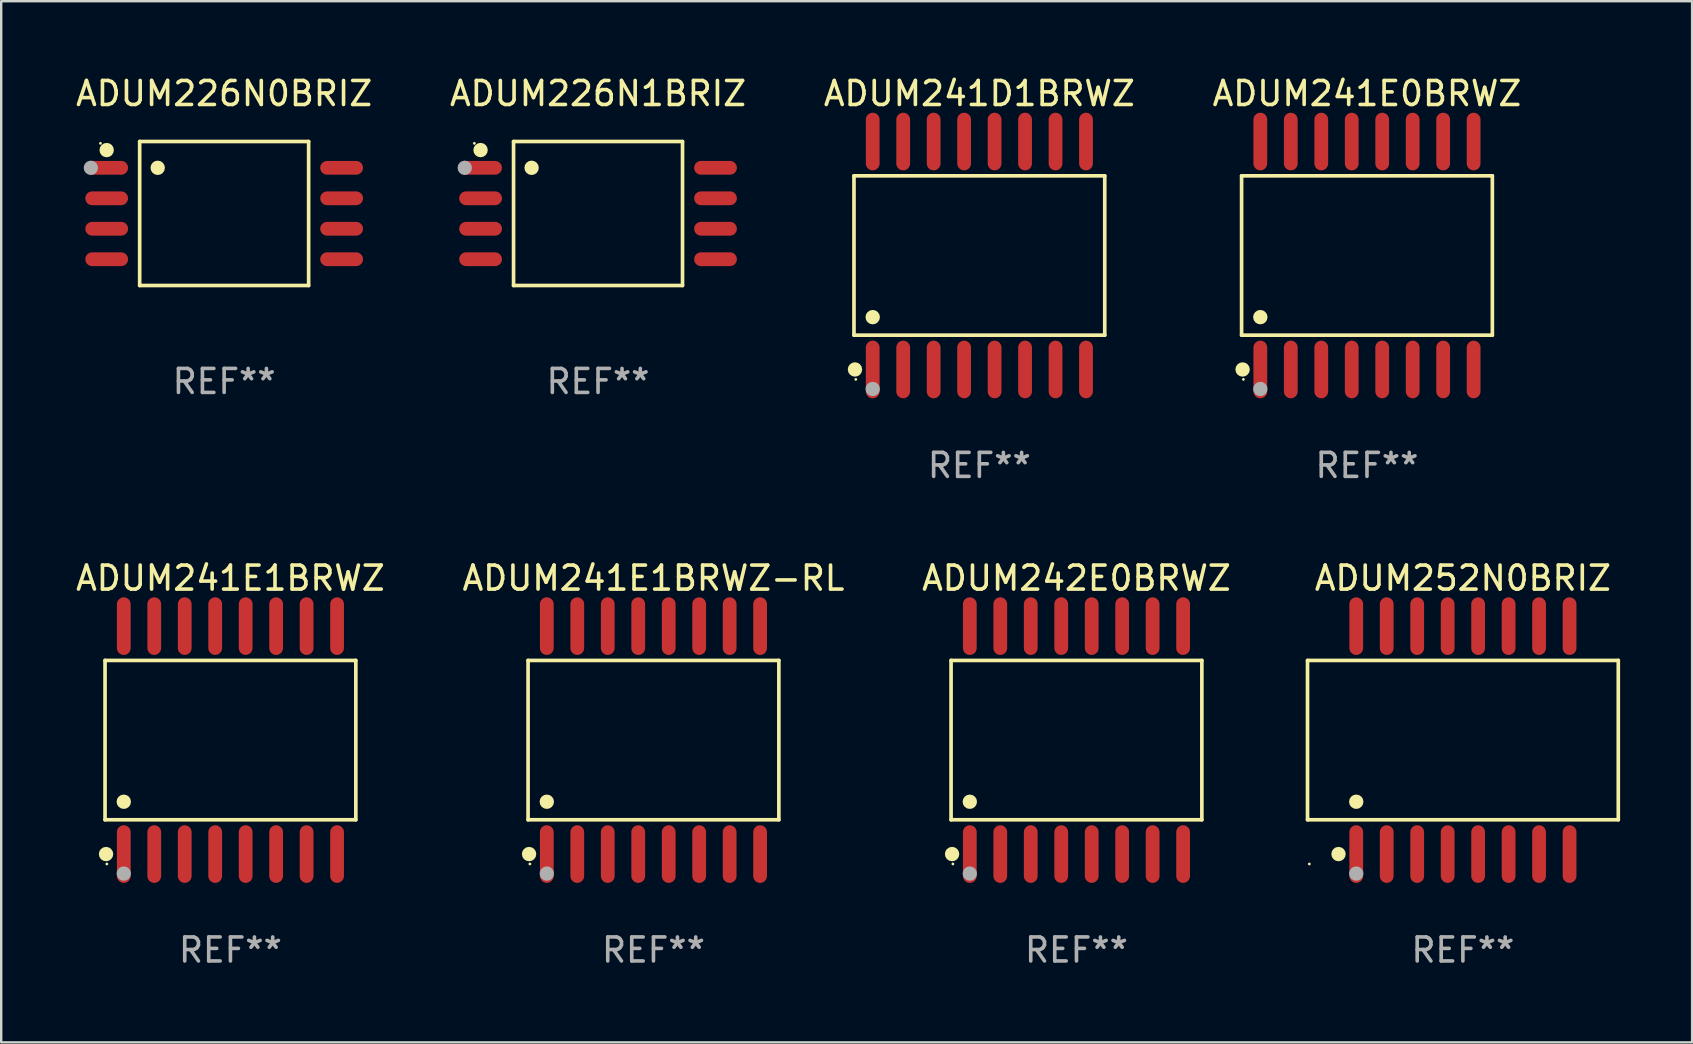
<source format=kicad_pcb>
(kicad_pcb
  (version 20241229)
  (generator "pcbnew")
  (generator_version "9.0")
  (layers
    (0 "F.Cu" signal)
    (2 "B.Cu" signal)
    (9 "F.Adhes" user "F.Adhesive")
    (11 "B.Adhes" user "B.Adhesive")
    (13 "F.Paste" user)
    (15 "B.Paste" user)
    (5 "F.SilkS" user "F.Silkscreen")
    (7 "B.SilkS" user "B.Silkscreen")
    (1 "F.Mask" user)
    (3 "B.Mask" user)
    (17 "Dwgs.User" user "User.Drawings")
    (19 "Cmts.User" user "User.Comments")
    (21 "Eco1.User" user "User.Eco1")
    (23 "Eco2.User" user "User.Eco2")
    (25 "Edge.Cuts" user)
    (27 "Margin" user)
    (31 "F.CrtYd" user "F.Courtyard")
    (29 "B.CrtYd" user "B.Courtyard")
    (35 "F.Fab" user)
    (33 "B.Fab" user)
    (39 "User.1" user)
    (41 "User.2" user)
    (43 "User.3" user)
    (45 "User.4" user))
  (footprint "ADUM241E1BRWZ-RL"
    (layer "F.Cu")
    (at 24.185 27.796)
    (property "Reference" "ADUM241E1BRWZ-RL" (at 0 -6.75 0) (layer "F.SilkS") (effects (font (size 1 1) (thickness 0.15))))
    (attr through_hole)
    (fp_line (start -5.226 -3.321) (end 5.226 -3.321) (stroke (width 0.152) (type solid)) (layer "F.SilkS"))
    (fp_line (start -5.226 3.321) (end -5.226 -3.321) (stroke (width 0.152) (type solid)) (layer "F.SilkS"))
    (fp_line (start 5.226 -3.321) (end 5.226 3.321) (stroke (width 0.152) (type solid)) (layer "F.SilkS"))
    (fp_line (start 5.226 3.321) (end -5.226 3.321) (stroke (width 0.152) (type solid)) (layer "F.SilkS"))
    (fp_circle (center -5.184 4.75) (end -5.034 4.75) (stroke (width 0.3) (type solid)) (fill no) (layer "F.SilkS"))
    (fp_circle (center -5.15 5.163) (end -5.12 5.163) (stroke (width 0.06) (type solid)) (fill no) (layer "F.SilkS"))
    (fp_circle (center -4.445 2.569) (end -4.295 2.569) (stroke (width 0.3) (type solid)) (fill no) (layer "F.SilkS"))
    (fp_circle (center -4.445 5.563) (end -4.295 5.563) (stroke (width 0.3) (type solid)) (fill no) (layer "F.Fab"))
    (fp_text user "REF**" (at 0 8.75 0) (layer "F.Fab") (effects (font (size 1 1) (thickness 0.15))))
    (pad "1" smd oval (at -4.445 4.75) (size 0.574 2.401) (layers "F.Cu" "F.Mask" "F.Paste"))
    (pad "2" smd oval (at -3.175 4.75) (size 0.574 2.401) (layers "F.Cu" "F.Mask" "F.Paste"))
    (pad "3" smd oval (at -1.905 4.75) (size 0.574 2.401) (layers "F.Cu" "F.Mask" "F.Paste"))
    (pad "4" smd oval (at -0.635 4.75) (size 0.574 2.401) (layers "F.Cu" "F.Mask" "F.Paste"))
    (pad "5" smd oval (at 0.635 4.75) (size 0.574 2.401) (layers "F.Cu" "F.Mask" "F.Paste"))
    (pad "6" smd oval (at 1.905 4.75) (size 0.574 2.401) (layers "F.Cu" "F.Mask" "F.Paste"))
    (pad "7" smd oval (at 3.175 4.75) (size 0.574 2.401) (layers "F.Cu" "F.Mask" "F.Paste"))
    (pad "8" smd oval (at 4.445 4.75) (size 0.574 2.401) (layers "F.Cu" "F.Mask" "F.Paste"))
    (pad "9" smd oval (at 4.445 -4.75) (size 0.574 2.401) (layers "F.Cu" "F.Mask" "F.Paste"))
    (pad "10" smd oval (at 3.175 -4.75) (size 0.574 2.401) (layers "F.Cu" "F.Mask" "F.Paste"))
    (pad "11" smd oval (at 1.905 -4.75) (size 0.574 2.401) (layers "F.Cu" "F.Mask" "F.Paste"))
    (pad "12" smd oval (at 0.635 -4.75) (size 0.574 2.401) (layers "F.Cu" "F.Mask" "F.Paste"))
    (pad "13" smd oval (at -0.635 -4.75) (size 0.574 2.401) (layers "F.Cu" "F.Mask" "F.Paste"))
    (pad "14" smd oval (at -1.905 -4.75) (size 0.574 2.401) (layers "F.Cu" "F.Mask" "F.Paste"))
    (pad "15" smd oval (at -3.175 -4.75) (size 0.574 2.401) (layers "F.Cu" "F.Mask" "F.Paste"))
    (pad "16" smd oval (at -4.445 -4.75) (size 0.574 2.401) (layers "F.Cu" "F.Mask" "F.Paste")))
  (footprint "ADUM226N0BRIZ"
    (layer "F.Cu")
    (at 6.292 5.849)
    (property "Reference" "ADUM226N0BRIZ" (at 0 -5.001 0) (layer "F.SilkS") (effects (font (size 1 1) (thickness 0.15))))
    (attr through_hole)
    (fp_line (start -3.521 -3.001) (end 3.521 -3.001) (stroke (width 0.152) (type solid)) (layer "F.SilkS"))
    (fp_line (start -3.521 3.001) (end -3.521 -3.001) (stroke (width 0.152) (type solid)) (layer "F.SilkS"))
    (fp_line (start 3.521 -3.001) (end 3.521 3.001) (stroke (width 0.152) (type solid)) (layer "F.SilkS"))
    (fp_line (start 3.521 3.001) (end -3.521 3.001) (stroke (width 0.152) (type solid)) (layer "F.SilkS"))
    (fp_circle (center -5.155 -2.925) (end -5.125 -2.925) (stroke (width 0.06) (type solid)) (fill no) (layer "F.SilkS"))
    (fp_circle (center -4.896 -2.644) (end -4.746 -2.644) (stroke (width 0.3) (type solid)) (fill no) (layer "F.SilkS"))
    (fp_circle (center -2.769 -1.905) (end -2.619 -1.905) (stroke (width 0.3) (type solid)) (fill no) (layer "F.SilkS"))
    (fp_circle (center -5.555 -1.905) (end -5.405 -1.905) (stroke (width 0.3) (type solid)) (fill no) (layer "F.Fab"))
    (fp_text user "REF**" (at 0 7.001 0) (layer "F.Fab") (effects (font (size 1 1) (thickness 0.15))))
    (pad "1" smd oval (at -4.896 -1.905 270) (size 0.574 1.782) (layers "F.Cu" "F.Mask" "F.Paste"))
    (pad "2" smd oval (at -4.896 -0.635 270) (size 0.574 1.782) (layers "F.Cu" "F.Mask" "F.Paste"))
    (pad "3" smd oval (at -4.896 0.635 270) (size 0.574 1.782) (layers "F.Cu" "F.Mask" "F.Paste"))
    (pad "4" smd oval (at -4.896 1.905 270) (size 0.574 1.782) (layers "F.Cu" "F.Mask" "F.Paste"))
    (pad "5" smd oval (at 4.896 1.905 270) (size 0.574 1.782) (layers "F.Cu" "F.Mask" "F.Paste"))
    (pad "6" smd oval (at 4.896 0.635 270) (size 0.574 1.782) (layers "F.Cu" "F.Mask" "F.Paste"))
    (pad "7" smd oval (at 4.896 -0.635 270) (size 0.574 1.782) (layers "F.Cu" "F.Mask" "F.Paste"))
    (pad "8" smd oval (at 4.896 -1.905 270) (size 0.574 1.782) (layers "F.Cu" "F.Mask" "F.Paste")))
  (footprint "ADUM242E0BRWZ"
    (layer "F.Cu")
    (at 41.815 27.796)
    (property "Reference" "ADUM242E0BRWZ" (at 0 -6.75 0) (layer "F.SilkS") (effects (font (size 1 1) (thickness 0.15))))
    (attr through_hole)
    (fp_line (start -5.226 -3.321) (end 5.226 -3.321) (stroke (width 0.152) (type solid)) (layer "F.SilkS"))
    (fp_line (start -5.226 3.321) (end -5.226 -3.321) (stroke (width 0.152) (type solid)) (layer "F.SilkS"))
    (fp_line (start 5.226 -3.321) (end 5.226 3.321) (stroke (width 0.152) (type solid)) (layer "F.SilkS"))
    (fp_line (start 5.226 3.321) (end -5.226 3.321) (stroke (width 0.152) (type solid)) (layer "F.SilkS"))
    (fp_circle (center -5.184 4.75) (end -5.034 4.75) (stroke (width 0.3) (type solid)) (fill no) (layer "F.SilkS"))
    (fp_circle (center -5.15 5.163) (end -5.12 5.163) (stroke (width 0.06) (type solid)) (fill no) (layer "F.SilkS"))
    (fp_circle (center -4.445 2.569) (end -4.295 2.569) (stroke (width 0.3) (type solid)) (fill no) (layer "F.SilkS"))
    (fp_circle (center -4.445 5.563) (end -4.295 5.563) (stroke (width 0.3) (type solid)) (fill no) (layer "F.Fab"))
    (fp_text user "REF**" (at 0 8.75 0) (layer "F.Fab") (effects (font (size 1 1) (thickness 0.15))))
    (pad "1" smd oval (at -4.445 4.75) (size 0.574 2.401) (layers "F.Cu" "F.Mask" "F.Paste"))
    (pad "2" smd oval (at -3.175 4.75) (size 0.574 2.401) (layers "F.Cu" "F.Mask" "F.Paste"))
    (pad "3" smd oval (at -1.905 4.75) (size 0.574 2.401) (layers "F.Cu" "F.Mask" "F.Paste"))
    (pad "4" smd oval (at -0.635 4.75) (size 0.574 2.401) (layers "F.Cu" "F.Mask" "F.Paste"))
    (pad "5" smd oval (at 0.635 4.75) (size 0.574 2.401) (layers "F.Cu" "F.Mask" "F.Paste"))
    (pad "6" smd oval (at 1.905 4.75) (size 0.574 2.401) (layers "F.Cu" "F.Mask" "F.Paste"))
    (pad "7" smd oval (at 3.175 4.75) (size 0.574 2.401) (layers "F.Cu" "F.Mask" "F.Paste"))
    (pad "8" smd oval (at 4.445 4.75) (size 0.574 2.401) (layers "F.Cu" "F.Mask" "F.Paste"))
    (pad "9" smd oval (at 4.445 -4.75) (size 0.574 2.401) (layers "F.Cu" "F.Mask" "F.Paste"))
    (pad "10" smd oval (at 3.175 -4.75) (size 0.574 2.401) (layers "F.Cu" "F.Mask" "F.Paste"))
    (pad "11" smd oval (at 1.905 -4.75) (size 0.574 2.401) (layers "F.Cu" "F.Mask" "F.Paste"))
    (pad "12" smd oval (at 0.635 -4.75) (size 0.574 2.401) (layers "F.Cu" "F.Mask" "F.Paste"))
    (pad "13" smd oval (at -0.635 -4.75) (size 0.574 2.401) (layers "F.Cu" "F.Mask" "F.Paste"))
    (pad "14" smd oval (at -1.905 -4.75) (size 0.574 2.401) (layers "F.Cu" "F.Mask" "F.Paste"))
    (pad "15" smd oval (at -3.175 -4.75) (size 0.574 2.401) (layers "F.Cu" "F.Mask" "F.Paste"))
    (pad "16" smd oval (at -4.445 -4.75) (size 0.574 2.401) (layers "F.Cu" "F.Mask" "F.Paste")))
  (footprint "ADUM241E0BRWZ"
    (layer "F.Cu")
    (at 53.923 7.599)
    (property "Reference" "ADUM241E0BRWZ" (at 0 -6.75 0) (layer "F.SilkS") (effects (font (size 1 1) (thickness 0.15))))
    (attr through_hole)
    (fp_line (start -5.226 -3.321) (end 5.226 -3.321) (stroke (width 0.152) (type solid)) (layer "F.SilkS"))
    (fp_line (start -5.226 3.321) (end -5.226 -3.321) (stroke (width 0.152) (type solid)) (layer "F.SilkS"))
    (fp_line (start 5.226 -3.321) (end 5.226 3.321) (stroke (width 0.152) (type solid)) (layer "F.SilkS"))
    (fp_line (start 5.226 3.321) (end -5.226 3.321) (stroke (width 0.152) (type solid)) (layer "F.SilkS"))
    (fp_circle (center -5.184 4.75) (end -5.034 4.75) (stroke (width 0.3) (type solid)) (fill no) (layer "F.SilkS"))
    (fp_circle (center -5.15 5.163) (end -5.12 5.163) (stroke (width 0.06) (type solid)) (fill no) (layer "F.SilkS"))
    (fp_circle (center -4.445 2.569) (end -4.295 2.569) (stroke (width 0.3) (type solid)) (fill no) (layer "F.SilkS"))
    (fp_circle (center -4.445 5.563) (end -4.295 5.563) (stroke (width 0.3) (type solid)) (fill no) (layer "F.Fab"))
    (fp_text user "REF**" (at 0 8.75 0) (layer "F.Fab") (effects (font (size 1 1) (thickness 0.15))))
    (pad "1" smd oval (at -4.445 4.75) (size 0.574 2.401) (layers "F.Cu" "F.Mask" "F.Paste"))
    (pad "2" smd oval (at -3.175 4.75) (size 0.574 2.401) (layers "F.Cu" "F.Mask" "F.Paste"))
    (pad "3" smd oval (at -1.905 4.75) (size 0.574 2.401) (layers "F.Cu" "F.Mask" "F.Paste"))
    (pad "4" smd oval (at -0.635 4.75) (size 0.574 2.401) (layers "F.Cu" "F.Mask" "F.Paste"))
    (pad "5" smd oval (at 0.635 4.75) (size 0.574 2.401) (layers "F.Cu" "F.Mask" "F.Paste"))
    (pad "6" smd oval (at 1.905 4.75) (size 0.574 2.401) (layers "F.Cu" "F.Mask" "F.Paste"))
    (pad "7" smd oval (at 3.175 4.75) (size 0.574 2.401) (layers "F.Cu" "F.Mask" "F.Paste"))
    (pad "8" smd oval (at 4.445 4.75) (size 0.574 2.401) (layers "F.Cu" "F.Mask" "F.Paste"))
    (pad "9" smd oval (at 4.445 -4.75) (size 0.574 2.401) (layers "F.Cu" "F.Mask" "F.Paste"))
    (pad "10" smd oval (at 3.175 -4.75) (size 0.574 2.401) (layers "F.Cu" "F.Mask" "F.Paste"))
    (pad "11" smd oval (at 1.905 -4.75) (size 0.574 2.401) (layers "F.Cu" "F.Mask" "F.Paste"))
    (pad "12" smd oval (at 0.635 -4.75) (size 0.574 2.401) (layers "F.Cu" "F.Mask" "F.Paste"))
    (pad "13" smd oval (at -0.635 -4.75) (size 0.574 2.401) (layers "F.Cu" "F.Mask" "F.Paste"))
    (pad "14" smd oval (at -1.905 -4.75) (size 0.574 2.401) (layers "F.Cu" "F.Mask" "F.Paste"))
    (pad "15" smd oval (at -3.175 -4.75) (size 0.574 2.401) (layers "F.Cu" "F.Mask" "F.Paste"))
    (pad "16" smd oval (at -4.445 -4.75) (size 0.574 2.401) (layers "F.Cu" "F.Mask" "F.Paste")))
  (footprint "ADUM226N1BRIZ"
    (layer "F.Cu")
    (at 21.875 5.849)
    (property "Reference" "ADUM226N1BRIZ" (at 0 -5.001 0) (layer "F.SilkS") (effects (font (size 1 1) (thickness 0.15))))
    (attr through_hole)
    (fp_line (start -3.521 -3.001) (end 3.521 -3.001) (stroke (width 0.152) (type solid)) (layer "F.SilkS"))
    (fp_line (start -3.521 3.001) (end -3.521 -3.001) (stroke (width 0.152) (type solid)) (layer "F.SilkS"))
    (fp_line (start 3.521 -3.001) (end 3.521 3.001) (stroke (width 0.152) (type solid)) (layer "F.SilkS"))
    (fp_line (start 3.521 3.001) (end -3.521 3.001) (stroke (width 0.152) (type solid)) (layer "F.SilkS"))
    (fp_circle (center -5.155 -2.925) (end -5.125 -2.925) (stroke (width 0.06) (type solid)) (fill no) (layer "F.SilkS"))
    (fp_circle (center -4.896 -2.644) (end -4.746 -2.644) (stroke (width 0.3) (type solid)) (fill no) (layer "F.SilkS"))
    (fp_circle (center -2.769 -1.905) (end -2.619 -1.905) (stroke (width 0.3) (type solid)) (fill no) (layer "F.SilkS"))
    (fp_circle (center -5.555 -1.905) (end -5.405 -1.905) (stroke (width 0.3) (type solid)) (fill no) (layer "F.Fab"))
    (fp_text user "REF**" (at 0 7.001 0) (layer "F.Fab") (effects (font (size 1 1) (thickness 0.15))))
    (pad "1" smd oval (at -4.896 -1.905 270) (size 0.574 1.782) (layers "F.Cu" "F.Mask" "F.Paste"))
    (pad "2" smd oval (at -4.896 -0.635 270) (size 0.574 1.782) (layers "F.Cu" "F.Mask" "F.Paste"))
    (pad "3" smd oval (at -4.896 0.635 270) (size 0.574 1.782) (layers "F.Cu" "F.Mask" "F.Paste"))
    (pad "4" smd oval (at -4.896 1.905 270) (size 0.574 1.782) (layers "F.Cu" "F.Mask" "F.Paste"))
    (pad "5" smd oval (at 4.896 1.905 270) (size 0.574 1.782) (layers "F.Cu" "F.Mask" "F.Paste"))
    (pad "6" smd oval (at 4.896 0.635 270) (size 0.574 1.782) (layers "F.Cu" "F.Mask" "F.Paste"))
    (pad "7" smd oval (at 4.896 -0.635 270) (size 0.574 1.782) (layers "F.Cu" "F.Mask" "F.Paste"))
    (pad "8" smd oval (at 4.896 -1.905 270) (size 0.574 1.782) (layers "F.Cu" "F.Mask" "F.Paste")))
  (footprint "ADUM241E1BRWZ"
    (layer "F.Cu")
    (at 6.554 27.796)
    (property "Reference" "ADUM241E1BRWZ" (at 0 -6.75 0) (layer "F.SilkS") (effects (font (size 1 1) (thickness 0.15))))
    (attr through_hole)
    (fp_line (start -5.226 -3.321) (end 5.226 -3.321) (stroke (width 0.152) (type solid)) (layer "F.SilkS"))
    (fp_line (start -5.226 3.321) (end -5.226 -3.321) (stroke (width 0.152) (type solid)) (layer "F.SilkS"))
    (fp_line (start 5.226 -3.321) (end 5.226 3.321) (stroke (width 0.152) (type solid)) (layer "F.SilkS"))
    (fp_line (start 5.226 3.321) (end -5.226 3.321) (stroke (width 0.152) (type solid)) (layer "F.SilkS"))
    (fp_circle (center -5.184 4.75) (end -5.034 4.75) (stroke (width 0.3) (type solid)) (fill no) (layer "F.SilkS"))
    (fp_circle (center -5.15 5.163) (end -5.12 5.163) (stroke (width 0.06) (type solid)) (fill no) (layer "F.SilkS"))
    (fp_circle (center -4.445 2.569) (end -4.295 2.569) (stroke (width 0.3) (type solid)) (fill no) (layer "F.SilkS"))
    (fp_circle (center -4.445 5.563) (end -4.295 5.563) (stroke (width 0.3) (type solid)) (fill no) (layer "F.Fab"))
    (fp_text user "REF**" (at 0 8.75 0) (layer "F.Fab") (effects (font (size 1 1) (thickness 0.15))))
    (pad "1" smd oval (at -4.445 4.75) (size 0.574 2.401) (layers "F.Cu" "F.Mask" "F.Paste"))
    (pad "2" smd oval (at -3.175 4.75) (size 0.574 2.401) (layers "F.Cu" "F.Mask" "F.Paste"))
    (pad "3" smd oval (at -1.905 4.75) (size 0.574 2.401) (layers "F.Cu" "F.Mask" "F.Paste"))
    (pad "4" smd oval (at -0.635 4.75) (size 0.574 2.401) (layers "F.Cu" "F.Mask" "F.Paste"))
    (pad "5" smd oval (at 0.635 4.75) (size 0.574 2.401) (layers "F.Cu" "F.Mask" "F.Paste"))
    (pad "6" smd oval (at 1.905 4.75) (size 0.574 2.401) (layers "F.Cu" "F.Mask" "F.Paste"))
    (pad "7" smd oval (at 3.175 4.75) (size 0.574 2.401) (layers "F.Cu" "F.Mask" "F.Paste"))
    (pad "8" smd oval (at 4.445 4.75) (size 0.574 2.401) (layers "F.Cu" "F.Mask" "F.Paste"))
    (pad "9" smd oval (at 4.445 -4.75) (size 0.574 2.401) (layers "F.Cu" "F.Mask" "F.Paste"))
    (pad "10" smd oval (at 3.175 -4.75) (size 0.574 2.401) (layers "F.Cu" "F.Mask" "F.Paste"))
    (pad "11" smd oval (at 1.905 -4.75) (size 0.574 2.401) (layers "F.Cu" "F.Mask" "F.Paste"))
    (pad "12" smd oval (at 0.635 -4.75) (size 0.574 2.401) (layers "F.Cu" "F.Mask" "F.Paste"))
    (pad "13" smd oval (at -0.635 -4.75) (size 0.574 2.401) (layers "F.Cu" "F.Mask" "F.Paste"))
    (pad "14" smd oval (at -1.905 -4.75) (size 0.574 2.401) (layers "F.Cu" "F.Mask" "F.Paste"))
    (pad "15" smd oval (at -3.175 -4.75) (size 0.574 2.401) (layers "F.Cu" "F.Mask" "F.Paste"))
    (pad "16" smd oval (at -4.445 -4.75) (size 0.574 2.401) (layers "F.Cu" "F.Mask" "F.Paste")))
  (footprint "ADUM252N0BRIZ"
    (layer "F.Cu")
    (at 57.921 27.796)
    (property "Reference" "ADUM252N0BRIZ" (at 0 -6.75 0) (layer "F.SilkS") (effects (font (size 1 1) (thickness 0.15))))
    (attr through_hole)
    (fp_line (start -6.476 -3.321) (end 6.476 -3.321) (stroke (width 0.152) (type solid)) (layer "F.SilkS"))
    (fp_line (start -6.476 3.321) (end -6.476 -3.321) (stroke (width 0.152) (type solid)) (layer "F.SilkS"))
    (fp_line (start 6.476 -3.321) (end 6.476 3.321) (stroke (width 0.152) (type solid)) (layer "F.SilkS"))
    (fp_line (start 6.476 3.321) (end -6.476 3.321) (stroke (width 0.152) (type solid)) (layer "F.SilkS"))
    (fp_circle (center -6.4 5.163) (end -6.37 5.163) (stroke (width 0.06) (type solid)) (fill no) (layer "F.SilkS"))
    (fp_circle (center -5.184 4.75) (end -5.034 4.75) (stroke (width 0.3) (type solid)) (fill no) (layer "F.SilkS"))
    (fp_circle (center -4.445 2.569) (end -4.295 2.569) (stroke (width 0.3) (type solid)) (fill no) (layer "F.SilkS"))
    (fp_circle (center -4.445 5.563) (end -4.295 5.563) (stroke (width 0.3) (type solid)) (fill no) (layer "F.Fab"))
    (fp_text user "REF**" (at 0 8.75 0) (layer "F.Fab") (effects (font (size 1 1) (thickness 0.15))))
    (pad "1" smd oval (at -4.445 4.75) (size 0.574 2.401) (layers "F.Cu" "F.Mask" "F.Paste"))
    (pad "2" smd oval (at -3.175 4.75) (size 0.574 2.401) (layers "F.Cu" "F.Mask" "F.Paste"))
    (pad "3" smd oval (at -1.905 4.75) (size 0.574 2.401) (layers "F.Cu" "F.Mask" "F.Paste"))
    (pad "4" smd oval (at -0.635 4.75) (size 0.574 2.401) (layers "F.Cu" "F.Mask" "F.Paste"))
    (pad "5" smd oval (at 0.635 4.75) (size 0.574 2.401) (layers "F.Cu" "F.Mask" "F.Paste"))
    (pad "6" smd oval (at 1.905 4.75) (size 0.574 2.401) (layers "F.Cu" "F.Mask" "F.Paste"))
    (pad "7" smd oval (at 3.175 4.75) (size 0.574 2.401) (layers "F.Cu" "F.Mask" "F.Paste"))
    (pad "8" smd oval (at 4.445 4.75) (size 0.574 2.401) (layers "F.Cu" "F.Mask" "F.Paste"))
    (pad "9" smd oval (at 4.445 -4.75) (size 0.574 2.401) (layers "F.Cu" "F.Mask" "F.Paste"))
    (pad "10" smd oval (at 3.175 -4.75) (size 0.574 2.401) (layers "F.Cu" "F.Mask" "F.Paste"))
    (pad "11" smd oval (at 1.905 -4.75) (size 0.574 2.401) (layers "F.Cu" "F.Mask" "F.Paste"))
    (pad "12" smd oval (at 0.635 -4.75) (size 0.574 2.401) (layers "F.Cu" "F.Mask" "F.Paste"))
    (pad "13" smd oval (at -0.635 -4.75) (size 0.574 2.401) (layers "F.Cu" "F.Mask" "F.Paste"))
    (pad "14" smd oval (at -1.905 -4.75) (size 0.574 2.401) (layers "F.Cu" "F.Mask" "F.Paste"))
    (pad "15" smd oval (at -3.175 -4.75) (size 0.574 2.401) (layers "F.Cu" "F.Mask" "F.Paste"))
    (pad "16" smd oval (at -4.445 -4.75) (size 0.574 2.401) (layers "F.Cu" "F.Mask" "F.Paste")))
  (footprint "ADUM241D1BRWZ"
    (layer "F.Cu")
    (at 37.768 7.599)
    (property "Reference" "ADUM241D1BRWZ" (at 0 -6.75 0) (layer "F.SilkS") (effects (font (size 1 1) (thickness 0.15))))
    (attr through_hole)
    (fp_line (start -5.226 -3.321) (end 5.226 -3.321) (stroke (width 0.152) (type solid)) (layer "F.SilkS"))
    (fp_line (start -5.226 3.321) (end -5.226 -3.321) (stroke (width 0.152) (type solid)) (layer "F.SilkS"))
    (fp_line (start 5.226 -3.321) (end 5.226 3.321) (stroke (width 0.152) (type solid)) (layer "F.SilkS"))
    (fp_line (start 5.226 3.321) (end -5.226 3.321) (stroke (width 0.152) (type solid)) (layer "F.SilkS"))
    (fp_circle (center -5.184 4.75) (end -5.034 4.75) (stroke (width 0.3) (type solid)) (fill no) (layer "F.SilkS"))
    (fp_circle (center -5.15 5.163) (end -5.12 5.163) (stroke (width 0.06) (type solid)) (fill no) (layer "F.SilkS"))
    (fp_circle (center -4.445 2.569) (end -4.295 2.569) (stroke (width 0.3) (type solid)) (fill no) (layer "F.SilkS"))
    (fp_circle (center -4.445 5.563) (end -4.295 5.563) (stroke (width 0.3) (type solid)) (fill no) (layer "F.Fab"))
    (fp_text user "REF**" (at 0 8.75 0) (layer "F.Fab") (effects (font (size 1 1) (thickness 0.15))))
    (pad "1" smd oval (at -4.445 4.75) (size 0.574 2.401) (layers "F.Cu" "F.Mask" "F.Paste"))
    (pad "2" smd oval (at -3.175 4.75) (size 0.574 2.401) (layers "F.Cu" "F.Mask" "F.Paste"))
    (pad "3" smd oval (at -1.905 4.75) (size 0.574 2.401) (layers "F.Cu" "F.Mask" "F.Paste"))
    (pad "4" smd oval (at -0.635 4.75) (size 0.574 2.401) (layers "F.Cu" "F.Mask" "F.Paste"))
    (pad "5" smd oval (at 0.635 4.75) (size 0.574 2.401) (layers "F.Cu" "F.Mask" "F.Paste"))
    (pad "6" smd oval (at 1.905 4.75) (size 0.574 2.401) (layers "F.Cu" "F.Mask" "F.Paste"))
    (pad "7" smd oval (at 3.175 4.75) (size 0.574 2.401) (layers "F.Cu" "F.Mask" "F.Paste"))
    (pad "8" smd oval (at 4.445 4.75) (size 0.574 2.401) (layers "F.Cu" "F.Mask" "F.Paste"))
    (pad "9" smd oval (at 4.445 -4.75) (size 0.574 2.401) (layers "F.Cu" "F.Mask" "F.Paste"))
    (pad "10" smd oval (at 3.175 -4.75) (size 0.574 2.401) (layers "F.Cu" "F.Mask" "F.Paste"))
    (pad "11" smd oval (at 1.905 -4.75) (size 0.574 2.401) (layers "F.Cu" "F.Mask" "F.Paste"))
    (pad "12" smd oval (at 0.635 -4.75) (size 0.574 2.401) (layers "F.Cu" "F.Mask" "F.Paste"))
    (pad "13" smd oval (at -0.635 -4.75) (size 0.574 2.401) (layers "F.Cu" "F.Mask" "F.Paste"))
    (pad "14" smd oval (at -1.905 -4.75) (size 0.574 2.401) (layers "F.Cu" "F.Mask" "F.Paste"))
    (pad "15" smd oval (at -3.175 -4.75) (size 0.574 2.401) (layers "F.Cu" "F.Mask" "F.Paste"))
    (pad "16" smd oval (at -4.445 -4.75) (size 0.574 2.401) (layers "F.Cu" "F.Mask" "F.Paste")))
  (gr_rect
    (start -3 -3)
    (end 67.474 40.394)
    (stroke (width 0.1) (type default))
    (fill no)
    (layer "Edge.Cuts")))
</source>
